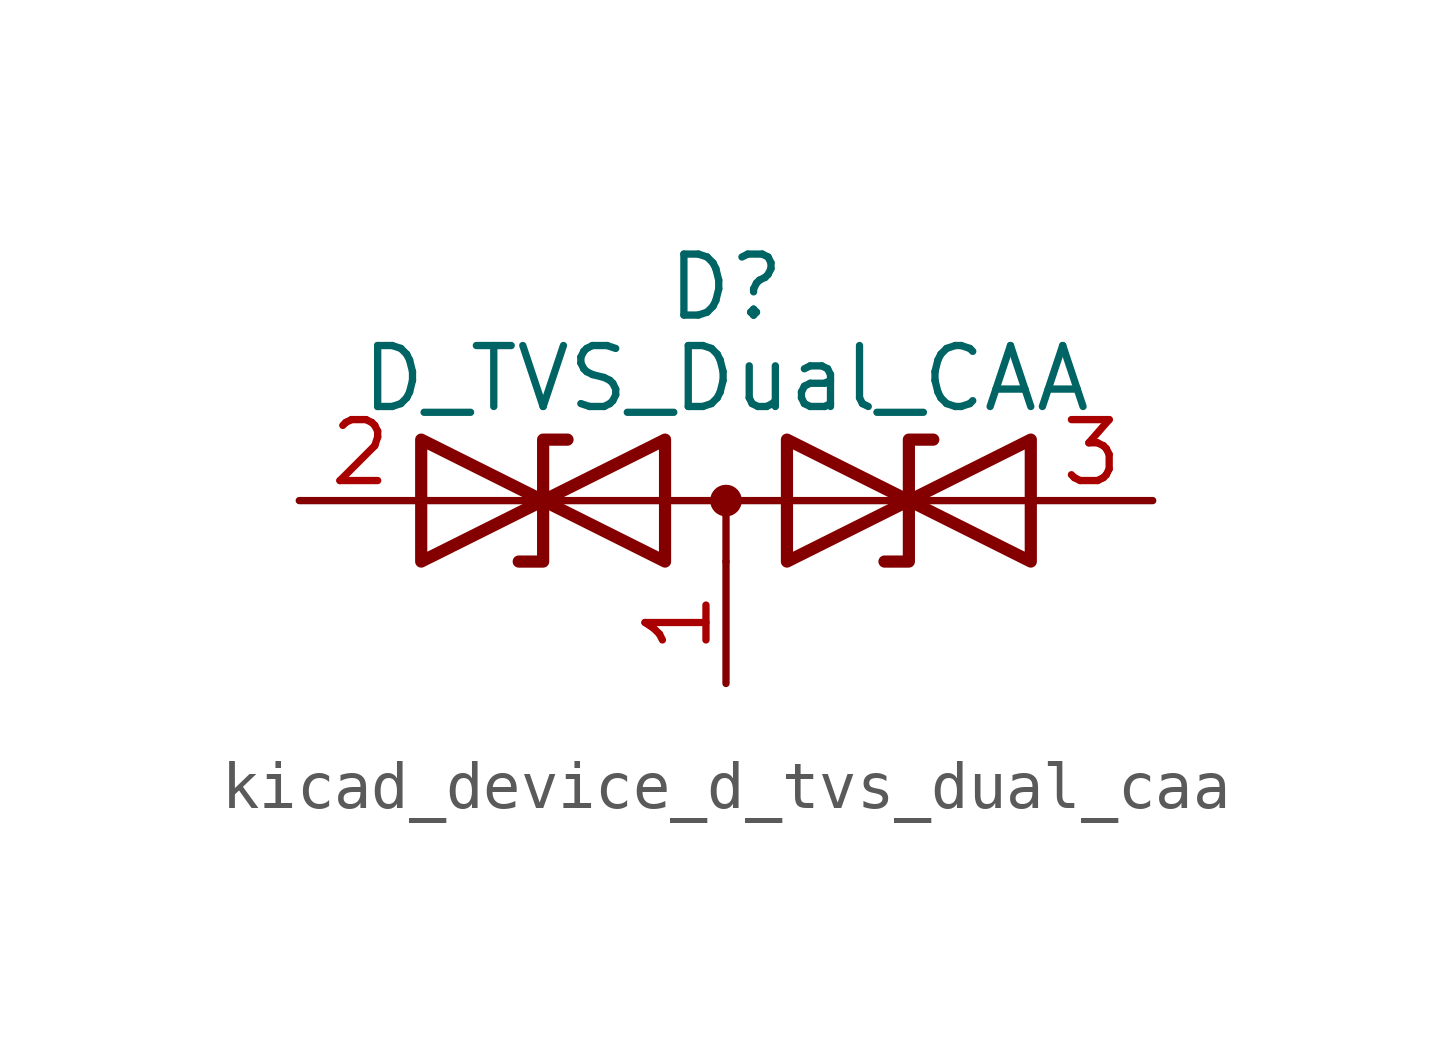
<source format=kicad_sym>
(kicad_symbol_lib
  (version 20220914)
  (generator kicad_symbol_editor)
  (symbol "kicad_device_d_tvs_dual_caa"
    (pin_names
      (offset 1.016) hide)
    (property "Reference" "D"
      (at 0 4.445 0)
      (effects (font (size 1.27 1.27))))
    (property "Value" "D_TVS_Dual_CAA"
      (at 0 2.54 0)
      (effects (font (size 1.27 1.27))))
    (symbol "kicad_device_d_tvs_dual_caa_0_1"
      (polyline (pts (xy -6.35 0) (xy 6.35 0)) (stroke (width 0) (type default)) (fill (type none)))
      (polyline (pts (xy 0 0) (xy 0 -1.27)) (stroke (width 0) (type default)) (fill (type none)))
      (polyline (pts (xy -3.302 1.27) (xy -3.81 1.27) (xy -3.81 -1.27) (xy -4.318 -1.27)) (stroke (width 0.254) (type default)) (fill (type none)))
      (polyline (pts (xy 4.318 1.27) (xy 3.81 1.27) (xy 3.81 -1.27) (xy 3.302 -1.27)) (stroke (width 0.254) (type default)) (fill (type none)))
      (polyline (pts (xy -6.35 -1.27) (xy -1.27 1.27) (xy -1.27 -1.27) (xy -6.35 1.27) (xy -6.35 -1.27)) (stroke (width 0.254) (type default)) (fill (type none)))
      (polyline (pts (xy 1.27 1.016) (xy 1.27 -1.27) (xy 6.35 1.27) (xy 6.35 -1.27) (xy 1.27 1.27) (xy 1.27 1.016)) (stroke (width 0.254) (type default)) (fill (type none)))
      (circle (center 0 0) (radius 0.254) (stroke (width 0) (type default)) (fill (type outline))))
    (symbol "kicad_device_d_tvs_dual_caa_1_1"
      (pin input line (at 0 -3.81 90) (length 2.54) (name "common" (effects (font (size 1.27 1.27)))) (number "1" (effects (font (size 1.27 1.27)))))
      (pin passive line (at -8.89 0 0) (length 2.54) (name "A1" (effects (font (size 1.27 1.27)))) (number "2" (effects (font (size 1.27 1.27)))))
      (pin passive line (at 8.89 0 180) (length 2.54) (name "A2" (effects (font (size 1.27 1.27)))) (number "3" (effects (font (size 1.27 1.27))))))))
</source>
